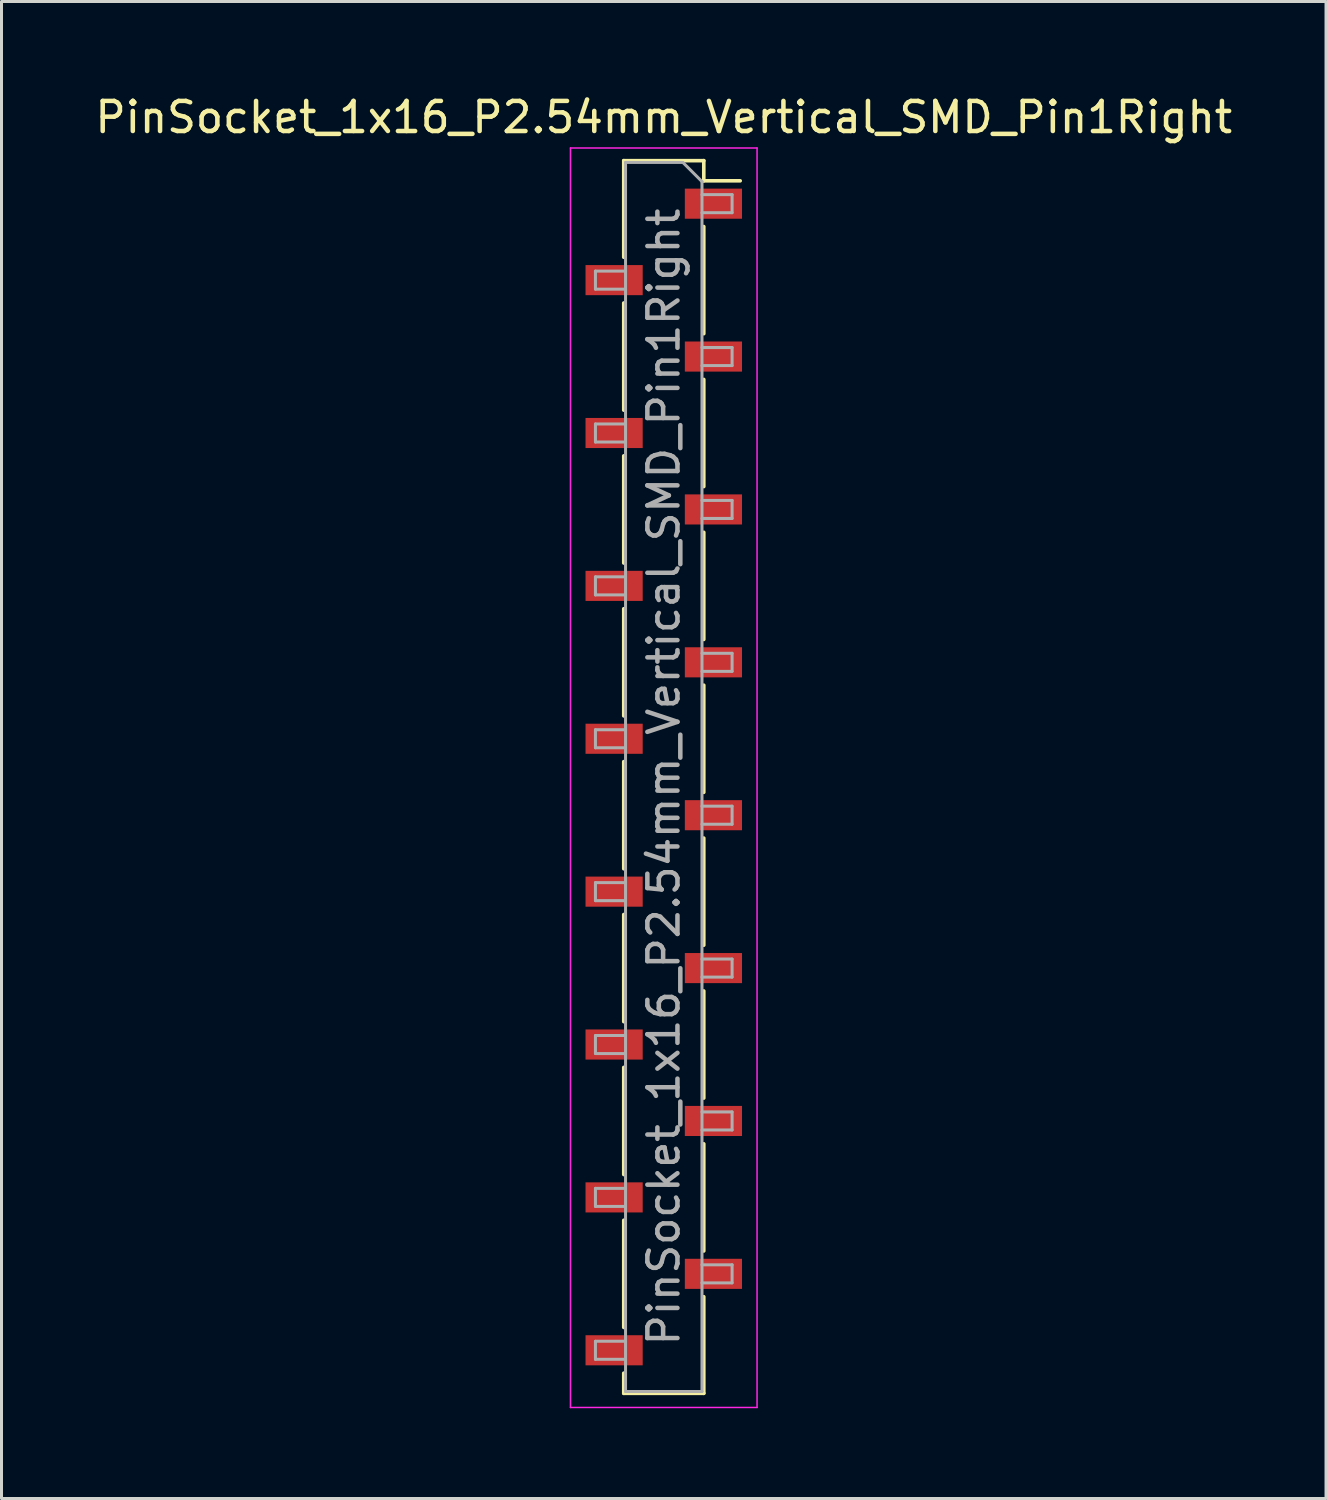
<source format=kicad_pcb>
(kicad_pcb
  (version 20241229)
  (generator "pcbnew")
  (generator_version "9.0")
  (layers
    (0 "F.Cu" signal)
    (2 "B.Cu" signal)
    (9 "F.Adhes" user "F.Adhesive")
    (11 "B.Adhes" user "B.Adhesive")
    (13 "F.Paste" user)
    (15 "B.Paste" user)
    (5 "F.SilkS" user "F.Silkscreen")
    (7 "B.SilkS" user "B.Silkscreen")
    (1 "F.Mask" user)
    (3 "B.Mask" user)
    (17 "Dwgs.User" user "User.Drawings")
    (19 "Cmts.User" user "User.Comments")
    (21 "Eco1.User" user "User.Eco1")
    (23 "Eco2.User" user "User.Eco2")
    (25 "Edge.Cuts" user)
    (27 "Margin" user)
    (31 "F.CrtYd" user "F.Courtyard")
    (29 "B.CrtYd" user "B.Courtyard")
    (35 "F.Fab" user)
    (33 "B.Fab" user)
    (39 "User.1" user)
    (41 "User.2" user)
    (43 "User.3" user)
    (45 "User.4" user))
  (footprint "PinSocket_1x16_P2.54mm_Vertical_SMD_Pin1Right"
    (layer "F.Cu")
    (at 19.006 22.768)
    (property "Reference" "PinSocket_1x16_P2.54mm_Vertical_SMD_Pin1Right" (at 0 -21.92 0) (layer "F.SilkS") (effects (font (size 1 1) (thickness 0.15))))
    (attr smd)
    (fp_line (start -1.33 -20.48) (end -1.33 -17.27) (stroke (width 0.12) (type solid)) (layer "F.SilkS"))
    (fp_line (start -1.33 -20.48) (end 1.33 -20.48) (stroke (width 0.12) (type solid)) (layer "F.SilkS"))
    (fp_line (start -1.33 -15.75) (end -1.33 -12.19) (stroke (width 0.12) (type solid)) (layer "F.SilkS"))
    (fp_line (start -1.33 -10.67) (end -1.33 -7.11) (stroke (width 0.12) (type solid)) (layer "F.SilkS"))
    (fp_line (start -1.33 -5.59) (end -1.33 -2.03) (stroke (width 0.12) (type solid)) (layer "F.SilkS"))
    (fp_line (start -1.33 -0.51) (end -1.33 3.05) (stroke (width 0.12) (type solid)) (layer "F.SilkS"))
    (fp_line (start -1.33 4.57) (end -1.33 8.13) (stroke (width 0.12) (type solid)) (layer "F.SilkS"))
    (fp_line (start -1.33 9.65) (end -1.33 13.21) (stroke (width 0.12) (type solid)) (layer "F.SilkS"))
    (fp_line (start -1.33 14.73) (end -1.33 18.29) (stroke (width 0.12) (type solid)) (layer "F.SilkS"))
    (fp_line (start -1.33 19.81) (end -1.33 20.48) (stroke (width 0.12) (type solid)) (layer "F.SilkS"))
    (fp_line (start -1.33 20.48) (end 1.33 20.48) (stroke (width 0.12) (type solid)) (layer "F.SilkS"))
    (fp_line (start 1.33 -20.48) (end 1.33 -19.81) (stroke (width 0.12) (type solid)) (layer "F.SilkS"))
    (fp_line (start 1.33 -19.81) (end 2.54 -19.81) (stroke (width 0.12) (type solid)) (layer "F.SilkS"))
    (fp_line (start 1.33 -18.29) (end 1.33 -14.73) (stroke (width 0.12) (type solid)) (layer "F.SilkS"))
    (fp_line (start 1.33 -13.21) (end 1.33 -9.65) (stroke (width 0.12) (type solid)) (layer "F.SilkS"))
    (fp_line (start 1.33 -8.13) (end 1.33 -4.57) (stroke (width 0.12) (type solid)) (layer "F.SilkS"))
    (fp_line (start 1.33 -3.05) (end 1.33 0.51) (stroke (width 0.12) (type solid)) (layer "F.SilkS"))
    (fp_line (start 1.33 2.03) (end 1.33 5.59) (stroke (width 0.12) (type solid)) (layer "F.SilkS"))
    (fp_line (start 1.33 7.11) (end 1.33 10.67) (stroke (width 0.12) (type solid)) (layer "F.SilkS"))
    (fp_line (start 1.33 12.19) (end 1.33 15.75) (stroke (width 0.12) (type solid)) (layer "F.SilkS"))
    (fp_line (start 1.33 17.27) (end 1.33 20.48) (stroke (width 0.12) (type solid)) (layer "F.SilkS"))
    (fp_line (start -3.1 -20.9) (end 3.1 -20.9) (stroke (width 0.05) (type solid)) (layer "F.CrtYd"))
    (fp_line (start -3.1 20.95) (end -3.1 -20.9) (stroke (width 0.05) (type solid)) (layer "F.CrtYd"))
    (fp_line (start 3.1 -20.9) (end 3.1 20.95) (stroke (width 0.05) (type solid)) (layer "F.CrtYd"))
    (fp_line (start 3.1 20.95) (end -3.1 20.95) (stroke (width 0.05) (type solid)) (layer "F.CrtYd"))
    (fp_line (start -2.27 -16.81) (end -1.27 -16.81) (stroke (width 0.1) (type solid)) (layer "F.Fab"))
    (fp_line (start -2.27 -16.21) (end -2.27 -16.81) (stroke (width 0.1) (type solid)) (layer "F.Fab"))
    (fp_line (start -2.27 -11.73) (end -1.27 -11.73) (stroke (width 0.1) (type solid)) (layer "F.Fab"))
    (fp_line (start -2.27 -11.13) (end -2.27 -11.73) (stroke (width 0.1) (type solid)) (layer "F.Fab"))
    (fp_line (start -2.27 -6.65) (end -1.27 -6.65) (stroke (width 0.1) (type solid)) (layer "F.Fab"))
    (fp_line (start -2.27 -6.05) (end -2.27 -6.65) (stroke (width 0.1) (type solid)) (layer "F.Fab"))
    (fp_line (start -2.27 -1.57) (end -1.27 -1.57) (stroke (width 0.1) (type solid)) (layer "F.Fab"))
    (fp_line (start -2.27 -0.97) (end -2.27 -1.57) (stroke (width 0.1) (type solid)) (layer "F.Fab"))
    (fp_line (start -2.27 3.51) (end -1.27 3.51) (stroke (width 0.1) (type solid)) (layer "F.Fab"))
    (fp_line (start -2.27 4.11) (end -2.27 3.51) (stroke (width 0.1) (type solid)) (layer "F.Fab"))
    (fp_line (start -2.27 8.59) (end -1.27 8.59) (stroke (width 0.1) (type solid)) (layer "F.Fab"))
    (fp_line (start -2.27 9.19) (end -2.27 8.59) (stroke (width 0.1) (type solid)) (layer "F.Fab"))
    (fp_line (start -2.27 13.67) (end -1.27 13.67) (stroke (width 0.1) (type solid)) (layer "F.Fab"))
    (fp_line (start -2.27 14.27) (end -2.27 13.67) (stroke (width 0.1) (type solid)) (layer "F.Fab"))
    (fp_line (start -2.27 18.75) (end -1.27 18.75) (stroke (width 0.1) (type solid)) (layer "F.Fab"))
    (fp_line (start -2.27 19.35) (end -2.27 18.75) (stroke (width 0.1) (type solid)) (layer "F.Fab"))
    (fp_line (start -1.27 -20.42) (end 0.635 -20.42) (stroke (width 0.1) (type solid)) (layer "F.Fab"))
    (fp_line (start -1.27 -16.21) (end -2.27 -16.21) (stroke (width 0.1) (type solid)) (layer "F.Fab"))
    (fp_line (start -1.27 -11.13) (end -2.27 -11.13) (stroke (width 0.1) (type solid)) (layer "F.Fab"))
    (fp_line (start -1.27 -6.05) (end -2.27 -6.05) (stroke (width 0.1) (type solid)) (layer "F.Fab"))
    (fp_line (start -1.27 -0.97) (end -2.27 -0.97) (stroke (width 0.1) (type solid)) (layer "F.Fab"))
    (fp_line (start -1.27 4.11) (end -2.27 4.11) (stroke (width 0.1) (type solid)) (layer "F.Fab"))
    (fp_line (start -1.27 9.19) (end -2.27 9.19) (stroke (width 0.1) (type solid)) (layer "F.Fab"))
    (fp_line (start -1.27 14.27) (end -2.27 14.27) (stroke (width 0.1) (type solid)) (layer "F.Fab"))
    (fp_line (start -1.27 19.35) (end -2.27 19.35) (stroke (width 0.1) (type solid)) (layer "F.Fab"))
    (fp_line (start -1.27 20.42) (end -1.27 -20.42) (stroke (width 0.1) (type solid)) (layer "F.Fab"))
    (fp_line (start 0.635 -20.42) (end 1.27 -19.785) (stroke (width 0.1) (type solid)) (layer "F.Fab"))
    (fp_line (start 1.27 -19.785) (end 1.27 20.42) (stroke (width 0.1) (type solid)) (layer "F.Fab"))
    (fp_line (start 1.27 -19.35) (end 2.27 -19.35) (stroke (width 0.1) (type solid)) (layer "F.Fab"))
    (fp_line (start 1.27 -14.27) (end 2.27 -14.27) (stroke (width 0.1) (type solid)) (layer "F.Fab"))
    (fp_line (start 1.27 -9.19) (end 2.27 -9.19) (stroke (width 0.1) (type solid)) (layer "F.Fab"))
    (fp_line (start 1.27 -4.11) (end 2.27 -4.11) (stroke (width 0.1) (type solid)) (layer "F.Fab"))
    (fp_line (start 1.27 0.97) (end 2.27 0.97) (stroke (width 0.1) (type solid)) (layer "F.Fab"))
    (fp_line (start 1.27 6.05) (end 2.27 6.05) (stroke (width 0.1) (type solid)) (layer "F.Fab"))
    (fp_line (start 1.27 11.13) (end 2.27 11.13) (stroke (width 0.1) (type solid)) (layer "F.Fab"))
    (fp_line (start 1.27 16.21) (end 2.27 16.21) (stroke (width 0.1) (type solid)) (layer "F.Fab"))
    (fp_line (start 1.27 20.42) (end -1.27 20.42) (stroke (width 0.1) (type solid)) (layer "F.Fab"))
    (fp_line (start 2.27 -19.35) (end 2.27 -18.75) (stroke (width 0.1) (type solid)) (layer "F.Fab"))
    (fp_line (start 2.27 -18.75) (end 1.27 -18.75) (stroke (width 0.1) (type solid)) (layer "F.Fab"))
    (fp_line (start 2.27 -14.27) (end 2.27 -13.67) (stroke (width 0.1) (type solid)) (layer "F.Fab"))
    (fp_line (start 2.27 -13.67) (end 1.27 -13.67) (stroke (width 0.1) (type solid)) (layer "F.Fab"))
    (fp_line (start 2.27 -9.19) (end 2.27 -8.59) (stroke (width 0.1) (type solid)) (layer "F.Fab"))
    (fp_line (start 2.27 -8.59) (end 1.27 -8.59) (stroke (width 0.1) (type solid)) (layer "F.Fab"))
    (fp_line (start 2.27 -4.11) (end 2.27 -3.51) (stroke (width 0.1) (type solid)) (layer "F.Fab"))
    (fp_line (start 2.27 -3.51) (end 1.27 -3.51) (stroke (width 0.1) (type solid)) (layer "F.Fab"))
    (fp_line (start 2.27 0.97) (end 2.27 1.57) (stroke (width 0.1) (type solid)) (layer "F.Fab"))
    (fp_line (start 2.27 1.57) (end 1.27 1.57) (stroke (width 0.1) (type solid)) (layer "F.Fab"))
    (fp_line (start 2.27 6.05) (end 2.27 6.65) (stroke (width 0.1) (type solid)) (layer "F.Fab"))
    (fp_line (start 2.27 6.65) (end 1.27 6.65) (stroke (width 0.1) (type solid)) (layer "F.Fab"))
    (fp_line (start 2.27 11.13) (end 2.27 11.73) (stroke (width 0.1) (type solid)) (layer "F.Fab"))
    (fp_line (start 2.27 11.73) (end 1.27 11.73) (stroke (width 0.1) (type solid)) (layer "F.Fab"))
    (fp_line (start 2.27 16.21) (end 2.27 16.81) (stroke (width 0.1) (type solid)) (layer "F.Fab"))
    (fp_line (start 2.27 16.81) (end 1.27 16.81) (stroke (width 0.1) (type solid)) (layer "F.Fab"))
    (fp_text user "${REFERENCE}" (at 0 0 90) (layer "F.Fab") (effects (font (size 1 1) (thickness 0.15))))
    (pad "1" smd rect (at 1.65 -19.05) (size 1.9 1) (layers "F.Cu" "F.Mask" "F.Paste"))
    (pad "2" smd rect (at -1.65 -16.51) (size 1.9 1) (layers "F.Cu" "F.Mask" "F.Paste"))
    (pad "3" smd rect (at 1.65 -13.97) (size 1.9 1) (layers "F.Cu" "F.Mask" "F.Paste"))
    (pad "4" smd rect (at -1.65 -11.43) (size 1.9 1) (layers "F.Cu" "F.Mask" "F.Paste"))
    (pad "5" smd rect (at 1.65 -8.89) (size 1.9 1) (layers "F.Cu" "F.Mask" "F.Paste"))
    (pad "6" smd rect (at -1.65 -6.35) (size 1.9 1) (layers "F.Cu" "F.Mask" "F.Paste"))
    (pad "7" smd rect (at 1.65 -3.81) (size 1.9 1) (layers "F.Cu" "F.Mask" "F.Paste"))
    (pad "8" smd rect (at -1.65 -1.27) (size 1.9 1) (layers "F.Cu" "F.Mask" "F.Paste"))
    (pad "9" smd rect (at 1.65 1.27) (size 1.9 1) (layers "F.Cu" "F.Mask" "F.Paste"))
    (pad "10" smd rect (at -1.65 3.81) (size 1.9 1) (layers "F.Cu" "F.Mask" "F.Paste"))
    (pad "11" smd rect (at 1.65 6.35) (size 1.9 1) (layers "F.Cu" "F.Mask" "F.Paste"))
    (pad "12" smd rect (at -1.65 8.89) (size 1.9 1) (layers "F.Cu" "F.Mask" "F.Paste"))
    (pad "13" smd rect (at 1.65 11.43) (size 1.9 1) (layers "F.Cu" "F.Mask" "F.Paste"))
    (pad "14" smd rect (at -1.65 13.97) (size 1.9 1) (layers "F.Cu" "F.Mask" "F.Paste"))
    (pad "15" smd rect (at 1.65 16.51) (size 1.9 1) (layers "F.Cu" "F.Mask" "F.Paste"))
    (pad "16" smd rect (at -1.65 19.05) (size 1.9 1) (layers "F.Cu" "F.Mask" "F.Paste")))
  (gr_rect
    (start -3 -3)
    (end 41.012 46.743)
    (stroke (width 0.1) (type default))
    (fill no)
    (layer "Edge.Cuts")))
</source>
